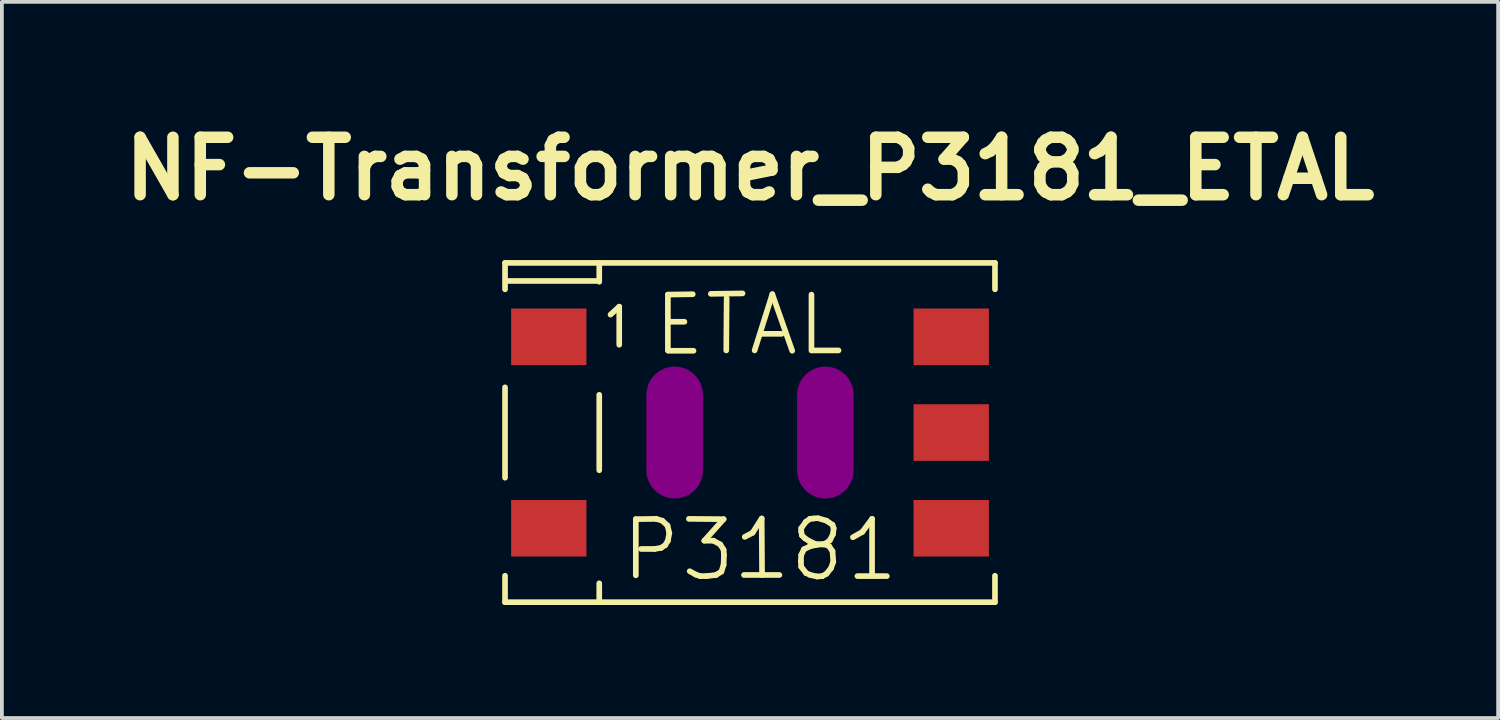
<source format=kicad_pcb>
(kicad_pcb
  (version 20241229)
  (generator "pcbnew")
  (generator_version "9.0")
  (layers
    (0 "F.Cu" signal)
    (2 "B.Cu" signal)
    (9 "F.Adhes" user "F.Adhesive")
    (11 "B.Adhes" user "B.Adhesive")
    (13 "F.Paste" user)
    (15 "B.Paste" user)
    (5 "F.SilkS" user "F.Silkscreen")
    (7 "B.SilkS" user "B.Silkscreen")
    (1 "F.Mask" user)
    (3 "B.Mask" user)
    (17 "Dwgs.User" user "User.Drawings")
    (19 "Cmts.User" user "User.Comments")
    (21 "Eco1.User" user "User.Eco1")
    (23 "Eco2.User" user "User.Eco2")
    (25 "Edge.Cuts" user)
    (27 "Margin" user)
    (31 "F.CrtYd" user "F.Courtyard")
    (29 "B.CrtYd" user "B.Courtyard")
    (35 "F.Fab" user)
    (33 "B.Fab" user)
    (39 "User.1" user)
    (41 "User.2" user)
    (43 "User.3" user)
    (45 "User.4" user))
  (footprint "NF-Transformer_P3181_ETAL"
    (layer "F.Cu")
    (at 16.851 8.427)
    (property "Reference" "NF-Transformer_P3181_ETAL" (at 0 -7 0) (layer "F.SilkS") (effects (font (size 1.524 1.524) (thickness 0.305))))
    (attr smd)
    (fp_line (start -6.5 -4.501) (end -6.5 -3.8) (stroke (width 0.15) (type solid)) (layer "F.SilkS"))
    (fp_line (start -6.5 -1.199) (end -6.5 1.199) (stroke (width 0.15) (type solid)) (layer "F.SilkS"))
    (fp_line (start -6.5 3.8) (end -6.5 4.501) (stroke (width 0.15) (type solid)) (layer "F.SilkS"))
    (fp_line (start -6.5 4.501) (end 6.5 4.501) (stroke (width 0.15) (type solid)) (layer "F.SilkS"))
    (fp_line (start -4.021 -4.021) (end -6.459 -4.021) (stroke (width 0.15) (type solid)) (layer "F.SilkS"))
    (fp_line (start -4 -4.501) (end -4 -4) (stroke (width 0.15) (type solid)) (layer "F.SilkS"))
    (fp_line (start -4 -1.001) (end -4 1.001) (stroke (width 0.15) (type solid)) (layer "F.SilkS"))
    (fp_line (start -4 4.501) (end -4 4) (stroke (width 0.15) (type solid)) (layer "F.SilkS"))
    (fp_line (start -3.701 -3.129) (end -3.47 -3.34) (stroke (width 0.15) (type solid)) (layer "F.SilkS"))
    (fp_line (start -3.47 -3.34) (end -3.47 -2.329) (stroke (width 0.15) (type solid)) (layer "F.SilkS"))
    (fp_line (start -3.03 2.299) (end -2.489 2.291) (stroke (width 0.15) (type solid)) (layer "F.SilkS"))
    (fp_line (start -3.03 3.79) (end -3.03 2.299) (stroke (width 0.15) (type solid)) (layer "F.SilkS"))
    (fp_line (start -2.53 3.089) (end -2.891 3.089) (stroke (width 0.15) (type solid)) (layer "F.SilkS"))
    (fp_line (start -2.489 2.291) (end -2.329 2.339) (stroke (width 0.15) (type solid)) (layer "F.SilkS"))
    (fp_line (start -2.36 3.061) (end -2.53 3.089) (stroke (width 0.15) (type solid)) (layer "F.SilkS"))
    (fp_line (start -2.329 2.339) (end -2.189 2.469) (stroke (width 0.15) (type solid)) (layer "F.SilkS"))
    (fp_line (start -2.25 2.99) (end -2.36 3.061) (stroke (width 0.15) (type solid)) (layer "F.SilkS"))
    (fp_line (start -2.189 2.469) (end -2.141 2.67) (stroke (width 0.15) (type solid)) (layer "F.SilkS"))
    (fp_line (start -2.179 -3.66) (end -2.179 -2.179) (stroke (width 0.15) (type solid)) (layer "F.SilkS"))
    (fp_line (start -2.179 2.87) (end -2.25 2.99) (stroke (width 0.15) (type solid)) (layer "F.SilkS"))
    (fp_line (start -2.169 -2.169) (end -1.499 -2.169) (stroke (width 0.15) (type solid)) (layer "F.SilkS"))
    (fp_line (start -2.149 -2.939) (end -1.74 -2.939) (stroke (width 0.15) (type solid)) (layer "F.SilkS"))
    (fp_line (start -2.141 2.67) (end -2.179 2.87) (stroke (width 0.15) (type solid)) (layer "F.SilkS"))
    (fp_line (start -1.621 2.291) (end -0.701 2.299) (stroke (width 0.15) (type solid)) (layer "F.SilkS"))
    (fp_line (start -1.519 -3.67) (end -2.179 -3.66) (stroke (width 0.15) (type solid)) (layer "F.SilkS"))
    (fp_line (start -1.44 3.769) (end -1.6 3.68) (stroke (width 0.15) (type solid)) (layer "F.SilkS"))
    (fp_line (start -1.321 3.81) (end -1.44 3.769) (stroke (width 0.15) (type solid)) (layer "F.SilkS"))
    (fp_line (start -1.212 2.87) (end -0.97 2.87) (stroke (width 0.15) (type solid)) (layer "F.SilkS"))
    (fp_line (start -1.151 3.81) (end -1.321 3.81) (stroke (width 0.15) (type solid)) (layer "F.SilkS"))
    (fp_line (start -1.039 -3.68) (end -0.198 -3.691) (stroke (width 0.15) (type solid)) (layer "F.SilkS"))
    (fp_line (start -0.97 2.87) (end -0.79 2.969) (stroke (width 0.15) (type solid)) (layer "F.SilkS"))
    (fp_line (start -0.902 3.78) (end -1.151 3.81) (stroke (width 0.15) (type solid)) (layer "F.SilkS"))
    (fp_line (start -0.79 2.969) (end -0.701 3.109) (stroke (width 0.15) (type solid)) (layer "F.SilkS"))
    (fp_line (start -0.759 3.691) (end -0.902 3.78) (stroke (width 0.15) (type solid)) (layer "F.SilkS"))
    (fp_line (start -0.701 2.299) (end -1.212 2.87) (stroke (width 0.15) (type solid)) (layer "F.SilkS"))
    (fp_line (start -0.701 3.109) (end -0.691 3.249) (stroke (width 0.15) (type solid)) (layer "F.SilkS"))
    (fp_line (start -0.701 3.51) (end -0.759 3.691) (stroke (width 0.15) (type solid)) (layer "F.SilkS"))
    (fp_line (start -0.691 3.249) (end -0.701 3.51) (stroke (width 0.15) (type solid)) (layer "F.SilkS"))
    (fp_line (start -0.63 -2.179) (end -0.62 -3.569) (stroke (width 0.15) (type solid)) (layer "F.SilkS"))
    (fp_line (start -0.16 3.78) (end 0.78 3.78) (stroke (width 0.15) (type solid)) (layer "F.SilkS"))
    (fp_line (start -0.14 2.769) (end 0.069 2.659) (stroke (width 0.15) (type solid)) (layer "F.SilkS"))
    (fp_line (start 0.069 2.659) (end 0.31 2.281) (stroke (width 0.15) (type solid)) (layer "F.SilkS"))
    (fp_line (start 0.122 -2.179) (end 0.592 -3.67) (stroke (width 0.15) (type solid)) (layer "F.SilkS"))
    (fp_line (start 0.3 -2.619) (end 0.841 -2.619) (stroke (width 0.15) (type solid)) (layer "F.SilkS"))
    (fp_line (start 0.31 2.281) (end 0.32 3.78) (stroke (width 0.15) (type solid)) (layer "F.SilkS"))
    (fp_line (start 0.592 -3.67) (end 1.12 -2.169) (stroke (width 0.15) (type solid)) (layer "F.SilkS"))
    (fp_line (start 1.349 3.409) (end 1.359 3.249) (stroke (width 0.15) (type solid)) (layer "F.SilkS"))
    (fp_line (start 1.359 2.54) (end 1.359 2.629) (stroke (width 0.15) (type solid)) (layer "F.SilkS"))
    (fp_line (start 1.359 2.629) (end 1.379 2.731) (stroke (width 0.15) (type solid)) (layer "F.SilkS"))
    (fp_line (start 1.359 3.249) (end 1.43 3.099) (stroke (width 0.15) (type solid)) (layer "F.SilkS"))
    (fp_line (start 1.359 3.561) (end 1.349 3.409) (stroke (width 0.15) (type solid)) (layer "F.SilkS"))
    (fp_line (start 1.379 2.731) (end 1.46 2.809) (stroke (width 0.15) (type solid)) (layer "F.SilkS"))
    (fp_line (start 1.43 3.099) (end 1.59 3.02) (stroke (width 0.15) (type solid)) (layer "F.SilkS"))
    (fp_line (start 1.46 2.809) (end 1.57 2.88) (stroke (width 0.15) (type solid)) (layer "F.SilkS"))
    (fp_line (start 1.481 2.37) (end 1.359 2.54) (stroke (width 0.15) (type solid)) (layer "F.SilkS"))
    (fp_line (start 1.488 3.729) (end 1.359 3.561) (stroke (width 0.15) (type solid)) (layer "F.SilkS"))
    (fp_line (start 1.57 2.88) (end 1.74 2.959) (stroke (width 0.15) (type solid)) (layer "F.SilkS"))
    (fp_line (start 1.59 2.291) (end 1.481 2.37) (stroke (width 0.15) (type solid)) (layer "F.SilkS"))
    (fp_line (start 1.59 3.02) (end 1.77 2.979) (stroke (width 0.15) (type solid)) (layer "F.SilkS"))
    (fp_line (start 1.6 3.78) (end 1.488 3.729) (stroke (width 0.15) (type solid)) (layer "F.SilkS"))
    (fp_line (start 1.631 -3.66) (end 1.631 -2.179) (stroke (width 0.15) (type solid)) (layer "F.SilkS"))
    (fp_line (start 1.638 -2.179) (end 2.349 -2.179) (stroke (width 0.15) (type solid)) (layer "F.SilkS"))
    (fp_line (start 1.689 2.281) (end 1.59 2.291) (stroke (width 0.15) (type solid)) (layer "F.SilkS"))
    (fp_line (start 1.74 2.959) (end 2.029 2.979) (stroke (width 0.15) (type solid)) (layer "F.SilkS"))
    (fp_line (start 1.77 2.979) (end 1.999 2.949) (stroke (width 0.15) (type solid)) (layer "F.SilkS"))
    (fp_line (start 1.781 3.82) (end 1.6 3.78) (stroke (width 0.15) (type solid)) (layer "F.SilkS"))
    (fp_line (start 1.798 2.271) (end 1.689 2.281) (stroke (width 0.15) (type solid)) (layer "F.SilkS"))
    (fp_line (start 1.92 3.81) (end 1.781 3.82) (stroke (width 0.15) (type solid)) (layer "F.SilkS"))
    (fp_line (start 1.999 2.949) (end 2.118 2.86) (stroke (width 0.15) (type solid)) (layer "F.SilkS"))
    (fp_line (start 2.029 2.339) (end 1.829 2.281) (stroke (width 0.15) (type solid)) (layer "F.SilkS"))
    (fp_line (start 2.029 2.979) (end 2.101 3.02) (stroke (width 0.15) (type solid)) (layer "F.SilkS"))
    (fp_line (start 2.029 3.749) (end 1.92 3.81) (stroke (width 0.15) (type solid)) (layer "F.SilkS"))
    (fp_line (start 2.101 3.02) (end 2.189 3.15) (stroke (width 0.15) (type solid)) (layer "F.SilkS"))
    (fp_line (start 2.118 2.86) (end 2.2 2.7) (stroke (width 0.15) (type solid)) (layer "F.SilkS"))
    (fp_line (start 2.149 3.599) (end 2.029 3.749) (stroke (width 0.15) (type solid)) (layer "F.SilkS"))
    (fp_line (start 2.189 2.449) (end 2.029 2.339) (stroke (width 0.15) (type solid)) (layer "F.SilkS"))
    (fp_line (start 2.189 3.15) (end 2.21 3.429) (stroke (width 0.15) (type solid)) (layer "F.SilkS"))
    (fp_line (start 2.2 2.7) (end 2.22 2.54) (stroke (width 0.15) (type solid)) (layer "F.SilkS"))
    (fp_line (start 2.21 3.429) (end 2.149 3.599) (stroke (width 0.15) (type solid)) (layer "F.SilkS"))
    (fp_line (start 2.22 2.54) (end 2.189 2.449) (stroke (width 0.15) (type solid)) (layer "F.SilkS"))
    (fp_line (start 2.731 2.779) (end 2.979 2.639) (stroke (width 0.15) (type solid)) (layer "F.SilkS"))
    (fp_line (start 2.85 3.81) (end 3.63 3.81) (stroke (width 0.15) (type solid)) (layer "F.SilkS"))
    (fp_line (start 2.979 2.639) (end 3.239 2.291) (stroke (width 0.15) (type solid)) (layer "F.SilkS"))
    (fp_line (start 3.239 2.291) (end 3.239 3.78) (stroke (width 0.15) (type solid)) (layer "F.SilkS"))
    (fp_line (start 6.5 -4.501) (end -6.5 -4.501) (stroke (width 0.15) (type solid)) (layer "F.SilkS"))
    (fp_line (start 6.5 -4.501) (end 6.5 -3.8) (stroke (width 0.15) (type solid)) (layer "F.SilkS"))
    (fp_line (start 6.5 3.8) (end 6.5 4.501) (stroke (width 0.15) (type solid)) (layer "F.SilkS"))
    (pad "" smd oval (at -1.999 0 90) (size 3.5 1.501) (layers "F.Adhes"))
    (pad "" smd oval (at 1.999 0 90) (size 3.5 1.501) (layers "F.Adhes"))
    (pad "1" smd rect (at -5.339 -2.54) (size 1.999 1.501) (layers "F.Cu" "F.Mask" "F.Paste"))
    (pad "2" smd rect (at -5.339 2.54) (size 1.999 1.501) (layers "F.Cu" "F.Mask" "F.Paste"))
    (pad "3" smd rect (at 5.339 2.54) (size 1.999 1.501) (layers "F.Cu" "F.Mask" "F.Paste"))
    (pad "4" smd rect (at 5.339 0) (size 1.999 1.501) (layers "F.Cu" "F.Mask" "F.Paste"))
    (pad "5" smd rect (at 5.339 -2.54) (size 1.999 1.501) (layers "F.Cu" "F.Mask" "F.Paste")))
  (gr_rect
    (start -3 -3)
    (end 36.702 16.003)
    (stroke (width 0.1) (type default))
    (fill no)
    (layer "Edge.Cuts")))
</source>
